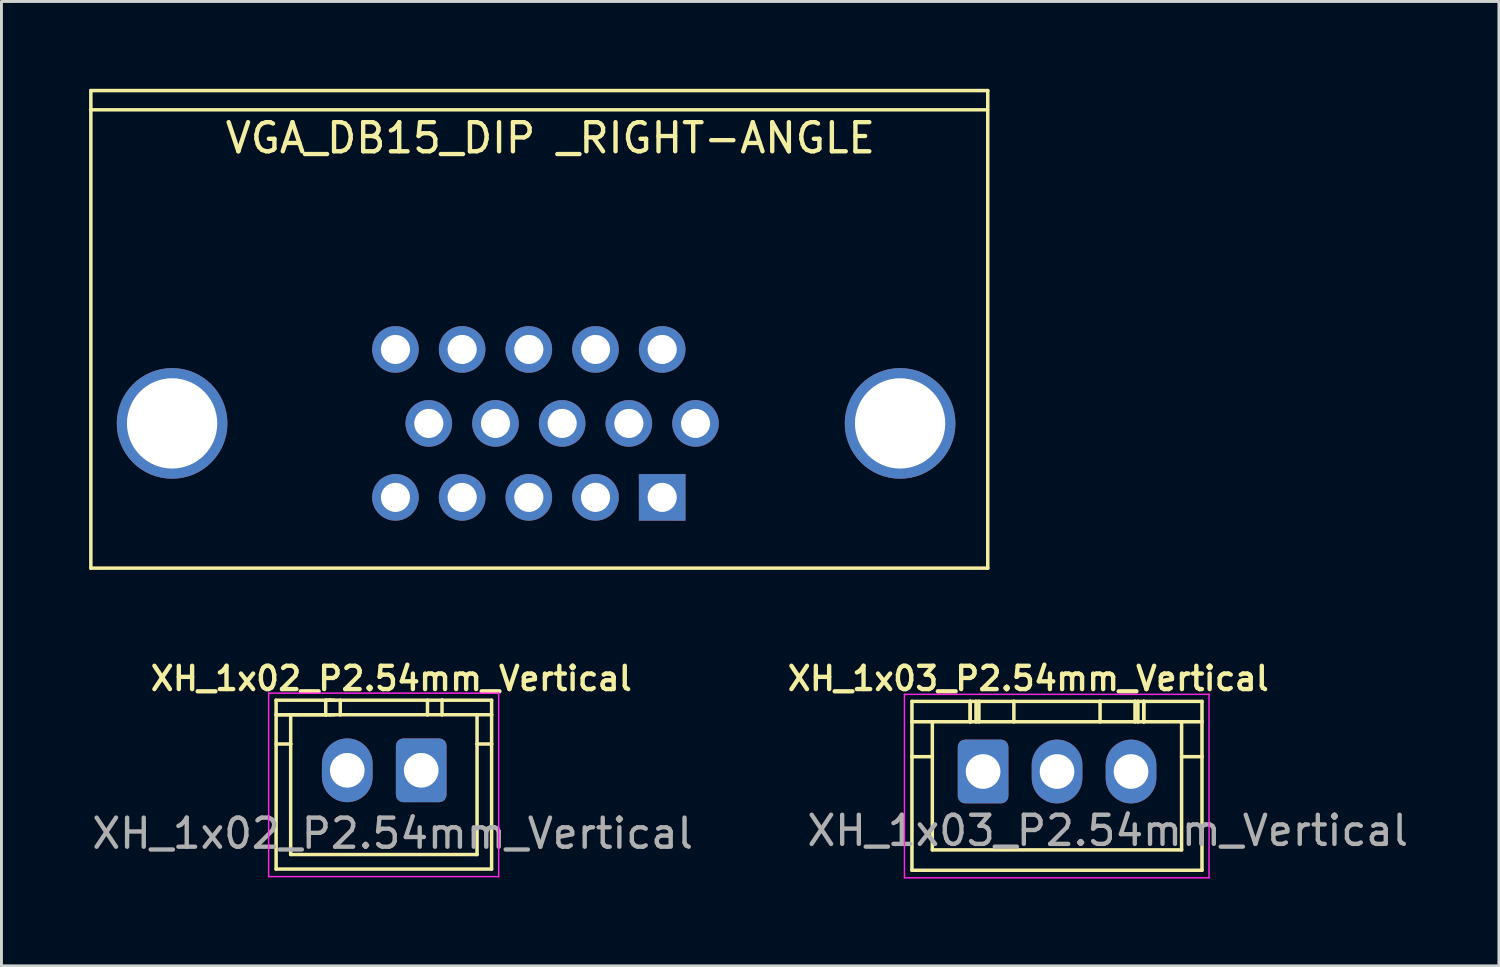
<source format=kicad_pcb>
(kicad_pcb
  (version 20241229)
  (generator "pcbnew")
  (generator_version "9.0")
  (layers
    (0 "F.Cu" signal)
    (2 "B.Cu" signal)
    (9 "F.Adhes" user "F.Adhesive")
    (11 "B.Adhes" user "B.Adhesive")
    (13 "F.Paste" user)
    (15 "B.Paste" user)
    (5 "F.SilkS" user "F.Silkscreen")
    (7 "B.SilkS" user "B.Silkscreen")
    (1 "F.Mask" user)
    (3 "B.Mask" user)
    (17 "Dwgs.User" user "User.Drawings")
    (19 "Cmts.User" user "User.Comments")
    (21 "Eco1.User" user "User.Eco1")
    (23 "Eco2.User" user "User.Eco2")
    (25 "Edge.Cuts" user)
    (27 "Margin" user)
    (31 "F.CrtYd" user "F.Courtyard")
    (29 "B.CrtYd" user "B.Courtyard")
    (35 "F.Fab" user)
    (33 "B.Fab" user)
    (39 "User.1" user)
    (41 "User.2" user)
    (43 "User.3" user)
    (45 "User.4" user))
  (footprint "XH_1x02_P2.54mm_Vertical"
    (layer "F.Cu")
    (at 8.875 23.403)
    (property "Reference" "XH_1x02_P2.54mm_Vertical" (at 1.511 -3.152 0) (layer "F.SilkS") (effects (font (size 0.8 0.8) (thickness 0.15))))
    (attr through_hole)
    (fp_line (start -2.443 -2.408) (end -2.443 3.392) (stroke (width 0.12) (type solid)) (layer "F.SilkS"))
    (fp_line (start -2.443 -2.408) (end 3.254 -2.408) (stroke (width 0.12) (type solid)) (layer "F.SilkS"))
    (fp_line (start -2.443 -1.908) (end -0.74 -1.908) (stroke (width 0.12) (type solid)) (layer "F.SilkS"))
    (fp_line (start -2.443 -0.904) (end -1.943 -0.904) (stroke (width 0.12) (type solid)) (layer "F.SilkS"))
    (fp_line (start -1.943 -1.908) (end -1.943 -0.904) (stroke (width 0.12) (type solid)) (layer "F.SilkS"))
    (fp_line (start -1.943 2.892) (end -1.943 -0.904) (stroke (width 0.12) (type solid)) (layer "F.SilkS"))
    (fp_line (start -0.74 -1.908) (end -0.74 -2.408) (stroke (width 0.12) (type solid)) (layer "F.SilkS"))
    (fp_line (start -0.74 -2.408) (end -0.596 -2.408) (stroke (width 0.12) (type solid)) (layer "F.SilkS"))
    (fp_line (start -0.74 -1.908) (end -2.443 -1.908) (stroke (width 0.12) (type solid)) (layer "F.SilkS"))
    (fp_line (start -0.74 -1.908) (end -0.24 -1.908) (stroke (width 0.12) (type solid)) (layer "F.SilkS"))
    (fp_line (start -0.596 -2.408) (end -0.596 -2.408) (stroke (width 0.12) (type solid)) (layer "F.SilkS"))
    (fp_line (start -0.596 -2.408) (end -0.449 -2.408) (stroke (width 0.12) (type solid)) (layer "F.SilkS"))
    (fp_line (start -0.596 -1.908) (end -0.74 -1.908) (stroke (width 0.12) (type solid)) (layer "F.SilkS"))
    (fp_line (start -0.449 -1.908) (end -0.596 -1.908) (stroke (width 0.12) (type solid)) (layer "F.SilkS"))
    (fp_line (start -0.24 -2.408) (end -0.24 -1.908) (stroke (width 0.12) (type solid)) (layer "F.SilkS"))
    (fp_line (start 2.755 -1.908) (end -0.24 -1.908) (stroke (width 0.12) (type solid)) (layer "F.SilkS"))
    (fp_line (start 2.755 -1.908) (end 2.755 -2.408) (stroke (width 0.12) (type solid)) (layer "F.SilkS"))
    (fp_line (start 3.254 -2.408) (end 4.957 -2.408) (stroke (width 0.12) (type solid)) (layer "F.SilkS"))
    (fp_line (start 3.254 -1.908) (end 2.755 -1.908) (stroke (width 0.12) (type solid)) (layer "F.SilkS"))
    (fp_line (start 3.254 -1.908) (end 3.254 -2.408) (stroke (width 0.12) (type solid)) (layer "F.SilkS"))
    (fp_line (start 4.457 -0.904) (end 4.457 -1.908) (stroke (width 0.12) (type solid)) (layer "F.SilkS"))
    (fp_line (start 4.457 -0.904) (end 4.457 2.892) (stroke (width 0.12) (type solid)) (layer "F.SilkS"))
    (fp_line (start 4.457 -0.904) (end 4.957 -0.904) (stroke (width 0.12) (type solid)) (layer "F.SilkS"))
    (fp_line (start 4.457 2.892) (end -1.943 2.892) (stroke (width 0.12) (type solid)) (layer "F.SilkS"))
    (fp_line (start 4.957 -1.908) (end 3.254 -1.908) (stroke (width 0.12) (type solid)) (layer "F.SilkS"))
    (fp_line (start 4.957 -1.908) (end 4.957 -2.408) (stroke (width 0.12) (type solid)) (layer "F.SilkS"))
    (fp_line (start 4.957 -1.908) (end 4.957 -0.904) (stroke (width 0.12) (type solid)) (layer "F.SilkS"))
    (fp_line (start 4.957 3.392) (end -2.443 3.392) (stroke (width 0.12) (type solid)) (layer "F.SilkS"))
    (fp_line (start 4.957 3.392) (end 4.957 -0.904) (stroke (width 0.12) (type solid)) (layer "F.SilkS"))
    (fp_line (start -2.7 -2.65) (end 5.2 -2.65) (stroke (width 0.05) (type solid)) (layer "F.CrtYd"))
    (fp_line (start -2.7 3.65) (end -2.7 -2.65) (stroke (width 0.05) (type solid)) (layer "F.CrtYd"))
    (fp_line (start 5.2 -2.65) (end 5.2 3.65) (stroke (width 0.05) (type solid)) (layer "F.CrtYd"))
    (fp_line (start 5.2 3.65) (end -2.7 3.65) (stroke (width 0.05) (type solid)) (layer "F.CrtYd"))
    (fp_text user "${REFERENCE}" (at 1.559 2.169 0) (layer "F.Fab") (effects (font (size 1 1) (thickness 0.15))))
    (pad "1" thru_hole roundrect (at 2.54 0) (size 1.74 2.19) (drill 1.19) (layers "*.Cu" "*.Mask") (roundrect_rratio 0.144))
    (pad "2" thru_hole oval (at 0 0) (size 1.74 2.19) (drill 1.19) (layers "*.Cu" "*.Mask")))
  (footprint "VGA_DB15_DIP _RIGHT-ANGLE"
    (layer "F.Cu")
    (at 15.8 4.85)
    (property "Reference" "VGA_DB15_DIP _RIGHT-ANGLE" (at 0.05 -3.16 0) (layer "F.SilkS") (effects (font (size 1 1) (thickness 0.15))))
    (attr through_hole)
    (fp_line (start -15.74 -4.13) (end 15.06 -4.13) (stroke (width 0.12) (type solid)) (layer "F.SilkS"))
    (fp_line (start -15.73 -4.79) (end 15.07 -4.79) (stroke (width 0.12) (type solid)) (layer "F.SilkS"))
    (fp_line (start -15.73 11.61) (end -15.73 -4.79) (stroke (width 0.12) (type solid)) (layer "F.SilkS"))
    (fp_line (start -15.73 11.61) (end 15.07 11.61) (stroke (width 0.12) (type solid)) (layer "F.SilkS"))
    (fp_line (start 15.07 11.61) (end 15.07 -4.79) (stroke (width 0.12) (type solid)) (layer "F.SilkS"))
    (pad "" thru_hole circle (at -12.94 6.64) (size 3.8 3.8) (drill 3.1) (layers "*.Cu" "*.Mask"))
    (pad "" thru_hole circle (at 12.06 6.64) (size 3.8 3.8) (drill 3.1) (layers "*.Cu" "*.Mask"))
    (pad "1" thru_hole rect (at 3.89 9.18) (size 1.6 1.6) (drill 1) (layers "*.Cu" "*.Mask"))
    (pad "2" thru_hole circle (at 1.6 9.18) (size 1.6 1.6) (drill 1) (layers "*.Cu" "*.Mask"))
    (pad "3" thru_hole circle (at -0.69 9.18) (size 1.6 1.6) (drill 1) (layers "*.Cu" "*.Mask"))
    (pad "4" thru_hole circle (at -2.98 9.18) (size 1.6 1.6) (drill 1) (layers "*.Cu" "*.Mask"))
    (pad "5" thru_hole circle (at -5.27 9.18) (size 1.6 1.6) (drill 1) (layers "*.Cu" "*.Mask"))
    (pad "6" thru_hole circle (at 5.035 6.64) (size 1.6 1.6) (drill 1) (layers "*.Cu" "*.Mask"))
    (pad "7" thru_hole circle (at 2.745 6.64) (size 1.6 1.6) (drill 1) (layers "*.Cu" "*.Mask"))
    (pad "8" thru_hole circle (at 0.455 6.64) (size 1.6 1.6) (drill 1) (layers "*.Cu" "*.Mask"))
    (pad "9" thru_hole circle (at -1.835 6.64) (size 1.6 1.6) (drill 1) (layers "*.Cu" "*.Mask"))
    (pad "10" thru_hole circle (at -4.125 6.64) (size 1.6 1.6) (drill 1) (layers "*.Cu" "*.Mask"))
    (pad "11" thru_hole circle (at 3.89 4.1) (size 1.6 1.6) (drill 1) (layers "*.Cu" "*.Mask"))
    (pad "12" thru_hole circle (at 1.6 4.1) (size 1.6 1.6) (drill 1) (layers "*.Cu" "*.Mask"))
    (pad "13" thru_hole circle (at -0.69 4.1) (size 1.6 1.6) (drill 1) (layers "*.Cu" "*.Mask"))
    (pad "14" thru_hole circle (at -2.98 4.1) (size 1.6 1.6) (drill 1) (layers "*.Cu" "*.Mask"))
    (pad "15" thru_hole circle (at -5.27 4.1) (size 1.6 1.6) (drill 1) (layers "*.Cu" "*.Mask")))
  (footprint "XH_1x03_P2.54mm_Vertical"
    (layer "F.Cu")
    (at 30.71 23.444)
    (property "Reference" "XH_1x03_P2.54mm_Vertical" (at 1.552 -3.193 0) (layer "F.SilkS") (effects (font (size 0.8 0.8) (thickness 0.15))))
    (attr through_hole)
    (fp_line (start -2.443 -2.408) (end -2.443 -1.708) (stroke (width 0.12) (type solid)) (layer "F.SilkS"))
    (fp_line (start -2.443 -1.708) (end -2.443 -0.508) (stroke (width 0.12) (type solid)) (layer "F.SilkS"))
    (fp_line (start -2.443 -0.508) (end -2.443 3.392) (stroke (width 0.12) (type solid)) (layer "F.SilkS"))
    (fp_line (start -2.443 -0.508) (end -1.743 -0.508) (stroke (width 0.12) (type solid)) (layer "F.SilkS"))
    (fp_line (start -2.443 3.392) (end 7.517 3.392) (stroke (width 0.12) (type solid)) (layer "F.SilkS"))
    (fp_line (start -1.743 -0.508) (end -1.743 -1.708) (stroke (width 0.12) (type solid)) (layer "F.SilkS"))
    (fp_line (start -1.743 -0.508) (end -1.743 2.692) (stroke (width 0.12) (type solid)) (layer "F.SilkS"))
    (fp_line (start -1.743 2.692) (end 6.817 2.692) (stroke (width 0.12) (type solid)) (layer "F.SilkS"))
    (fp_line (start -0.443 -2.408) (end -2.443 -2.408) (stroke (width 0.12) (type solid)) (layer "F.SilkS"))
    (fp_line (start -0.443 -2.408) (end -0.443 -1.708) (stroke (width 0.12) (type solid)) (layer "F.SilkS"))
    (fp_line (start -0.443 -2.408) (end -0.243 -2.408) (stroke (width 0.12) (type solid)) (layer "F.SilkS"))
    (fp_line (start -0.443 -1.708) (end -2.443 -1.708) (stroke (width 0.12) (type solid)) (layer "F.SilkS"))
    (fp_line (start -0.443 -1.708) (end -0.443 -2.408) (stroke (width 0.12) (type solid)) (layer "F.SilkS"))
    (fp_line (start -0.443 -1.708) (end -0.243 -1.708) (stroke (width 0.12) (type solid)) (layer "F.SilkS"))
    (fp_line (start -0.243 -2.408) (end -0.143 -2.408) (stroke (width 0.12) (type solid)) (layer "F.SilkS"))
    (fp_line (start -0.243 -1.708) (end -0.243 -2.408) (stroke (width 0.12) (type solid)) (layer "F.SilkS"))
    (fp_line (start -0.143 -2.408) (end -0.143 -1.708) (stroke (width 0.12) (type solid)) (layer "F.SilkS"))
    (fp_line (start -0.143 -1.708) (end -0.243 -1.708) (stroke (width 0.12) (type solid)) (layer "F.SilkS"))
    (fp_line (start -0.143 -1.708) (end 1.057 -1.708) (stroke (width 0.12) (type solid)) (layer "F.SilkS"))
    (fp_line (start 1.057 -2.408) (end -0.143 -2.408) (stroke (width 0.12) (type solid)) (layer "F.SilkS"))
    (fp_line (start 1.057 -1.708) (end 1.057 -2.408) (stroke (width 0.12) (type solid)) (layer "F.SilkS"))
    (fp_line (start 4.017 -2.408) (end 1.057 -2.408) (stroke (width 0.12) (type solid)) (layer "F.SilkS"))
    (fp_line (start 4.017 -2.408) (end 4.017 -1.708) (stroke (width 0.12) (type solid)) (layer "F.SilkS"))
    (fp_line (start 4.017 -1.708) (end 1.057 -1.708) (stroke (width 0.12) (type solid)) (layer "F.SilkS"))
    (fp_line (start 4.017 -1.708) (end 5.217 -1.708) (stroke (width 0.12) (type solid)) (layer "F.SilkS"))
    (fp_line (start 5.217 -2.408) (end 4.017 -2.408) (stroke (width 0.12) (type solid)) (layer "F.SilkS"))
    (fp_line (start 5.217 -2.408) (end 5.317 -2.408) (stroke (width 0.12) (type solid)) (layer "F.SilkS"))
    (fp_line (start 5.217 -1.708) (end 5.217 -2.408) (stroke (width 0.12) (type solid)) (layer "F.SilkS"))
    (fp_line (start 5.317 -2.408) (end 5.517 -2.408) (stroke (width 0.12) (type solid)) (layer "F.SilkS"))
    (fp_line (start 5.317 -1.708) (end 5.217 -1.708) (stroke (width 0.12) (type solid)) (layer "F.SilkS"))
    (fp_line (start 5.317 -1.708) (end 5.317 -2.408) (stroke (width 0.12) (type solid)) (layer "F.SilkS"))
    (fp_line (start 5.317 -1.708) (end 5.517 -1.708) (stroke (width 0.12) (type solid)) (layer "F.SilkS"))
    (fp_line (start 5.517 -1.708) (end 5.517 -2.408) (stroke (width 0.12) (type solid)) (layer "F.SilkS"))
    (fp_line (start 5.517 -1.708) (end 5.517 -2.408) (stroke (width 0.12) (type solid)) (layer "F.SilkS"))
    (fp_line (start 6.817 -1.708) (end 6.817 -0.508) (stroke (width 0.12) (type solid)) (layer "F.SilkS"))
    (fp_line (start 6.817 -0.508) (end 7.517 -0.508) (stroke (width 0.12) (type solid)) (layer "F.SilkS"))
    (fp_line (start 6.817 2.692) (end 6.817 -0.508) (stroke (width 0.12) (type solid)) (layer "F.SilkS"))
    (fp_line (start 7.517 -2.408) (end 5.517 -2.408) (stroke (width 0.12) (type solid)) (layer "F.SilkS"))
    (fp_line (start 7.517 -1.708) (end 5.517 -1.708) (stroke (width 0.12) (type solid)) (layer "F.SilkS"))
    (fp_line (start 7.517 -1.708) (end 7.517 -2.408) (stroke (width 0.12) (type solid)) (layer "F.SilkS"))
    (fp_line (start 7.517 -0.508) (end 7.517 -1.708) (stroke (width 0.12) (type solid)) (layer "F.SilkS"))
    (fp_line (start 7.517 3.392) (end 7.517 -0.508) (stroke (width 0.12) (type solid)) (layer "F.SilkS"))
    (fp_line (start -2.7 -2.65) (end 7.76 -2.65) (stroke (width 0.05) (type solid)) (layer "F.CrtYd"))
    (fp_line (start -2.7 3.65) (end -2.7 -2.65) (stroke (width 0.05) (type solid)) (layer "F.CrtYd"))
    (fp_line (start 7.76 -2.65) (end 7.76 3.65) (stroke (width 0.05) (type solid)) (layer "F.CrtYd"))
    (fp_line (start 7.76 3.65) (end -2.7 3.65) (stroke (width 0.05) (type solid)) (layer "F.CrtYd"))
    (fp_text user "${REFERENCE}" (at 4.28 2.03 0) (layer "F.Fab") (effects (font (size 1 1) (thickness 0.15))))
    (pad "1" thru_hole roundrect (at 0 0) (size 1.74 2.19) (drill 1.19) (layers "*.Cu" "*.Mask") (roundrect_rratio 0.144))
    (pad "2" thru_hole oval (at 2.54 0) (size 1.74 2.19) (drill 1.19) (layers "*.Cu" "*.Mask"))
    (pad "3" thru_hole oval (at 5.08 0) (size 1.74 2.19) (drill 1.19) (layers "*.Cu" "*.Mask")))
  (gr_rect
    (start -3 -3)
    (end 48.424 30.119)
    (stroke (width 0.1) (type default))
    (fill no)
    (layer "Edge.Cuts")))
</source>
